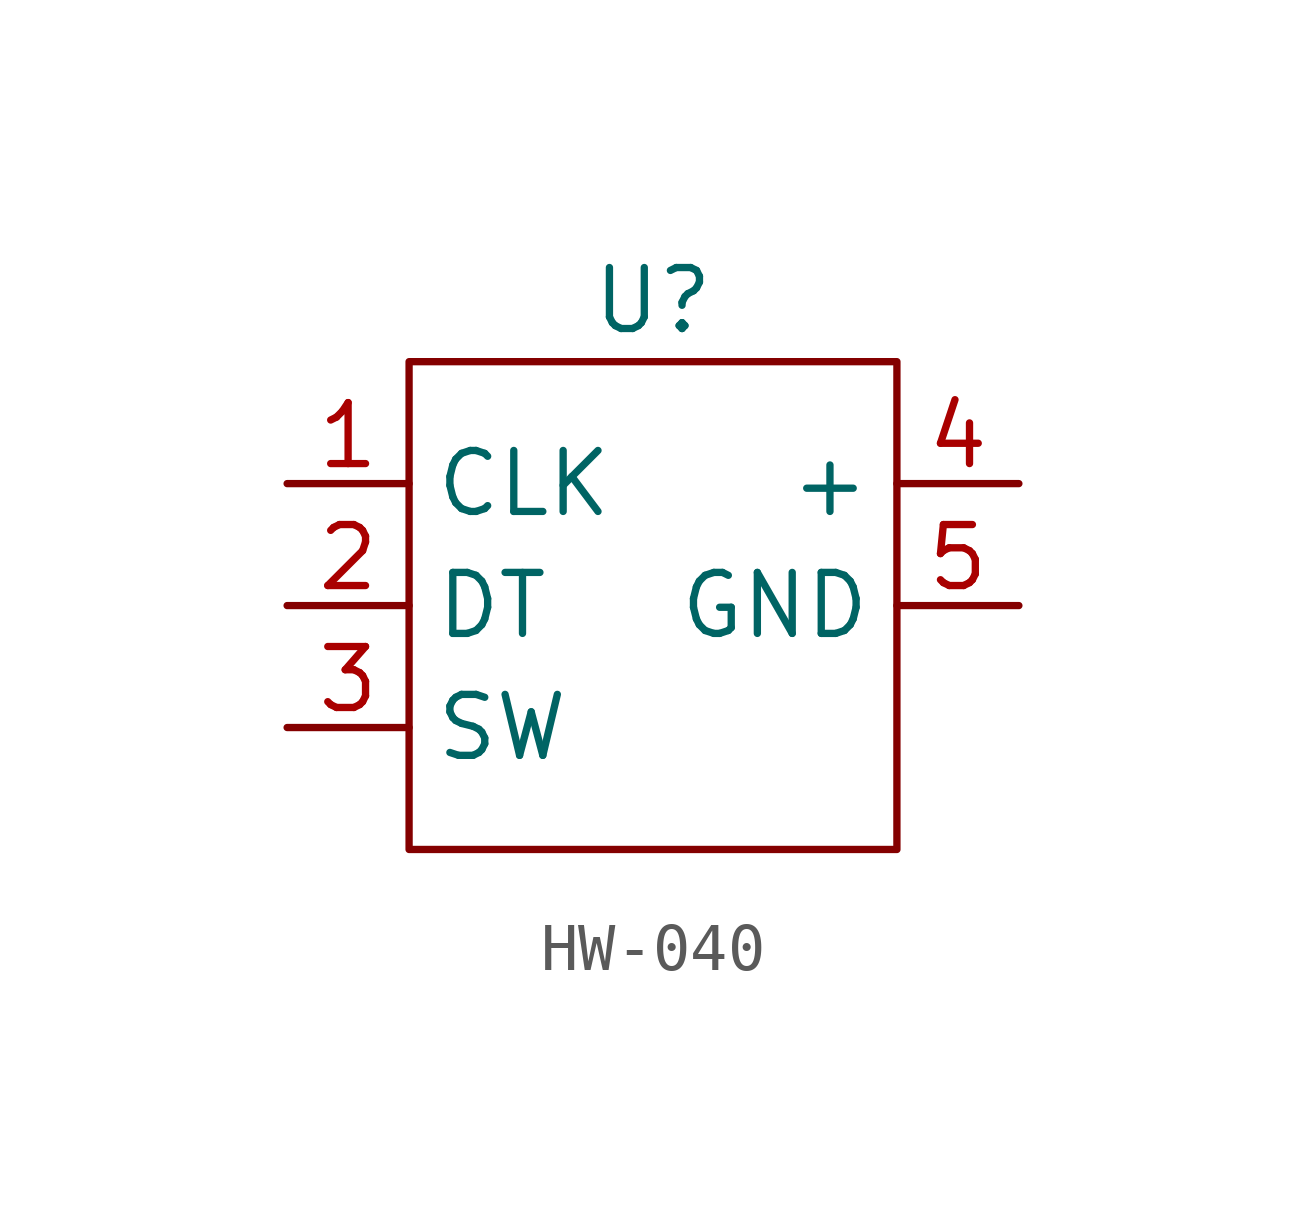
<source format=kicad_sym>
(kicad_symbol_lib
  (version 20220914)
  (generator kicad_symbol_editor)
  (symbol "HW-040"
    (property "Reference" "U"
      (at 7.62 0 0)
      (effects (font (size 1.27 1.27))))
    (property "Value" ""
      (at 0 0 0)
      (effects (font (size 1.27 1.27))))
    (symbol "HW-040_1_1"
      (rectangle (start 2.54 -1.27) (end 12.7 -11.43) (stroke (width 0) (type default)) (fill (type none)))
      (pin input line (at 0 -3.81 0) (length 2.54) (name "CLK" (effects (font (size 1.27 1.27)))) (number "1" (effects (font (size 1.27 1.27)))))
      (pin input line (at 0 -6.35 0) (length 2.54) (name "DT" (effects (font (size 1.27 1.27)))) (number "2" (effects (font (size 1.27 1.27)))))
      (pin input line (at 0 -8.89 0) (length 2.54) (name "SW" (effects (font (size 1.27 1.27)))) (number "3" (effects (font (size 1.27 1.27)))))
      (pin input line (at 15.24 -3.81 180) (length 2.54) (name "+" (effects (font (size 1.27 1.27)))) (number "4" (effects (font (size 1.27 1.27)))))
      (pin input line (at 15.24 -6.35 180) (length 2.54) (name "GND" (effects (font (size 1.27 1.27)))) (number "5" (effects (font (size 1.27 1.27))))))))
</source>
